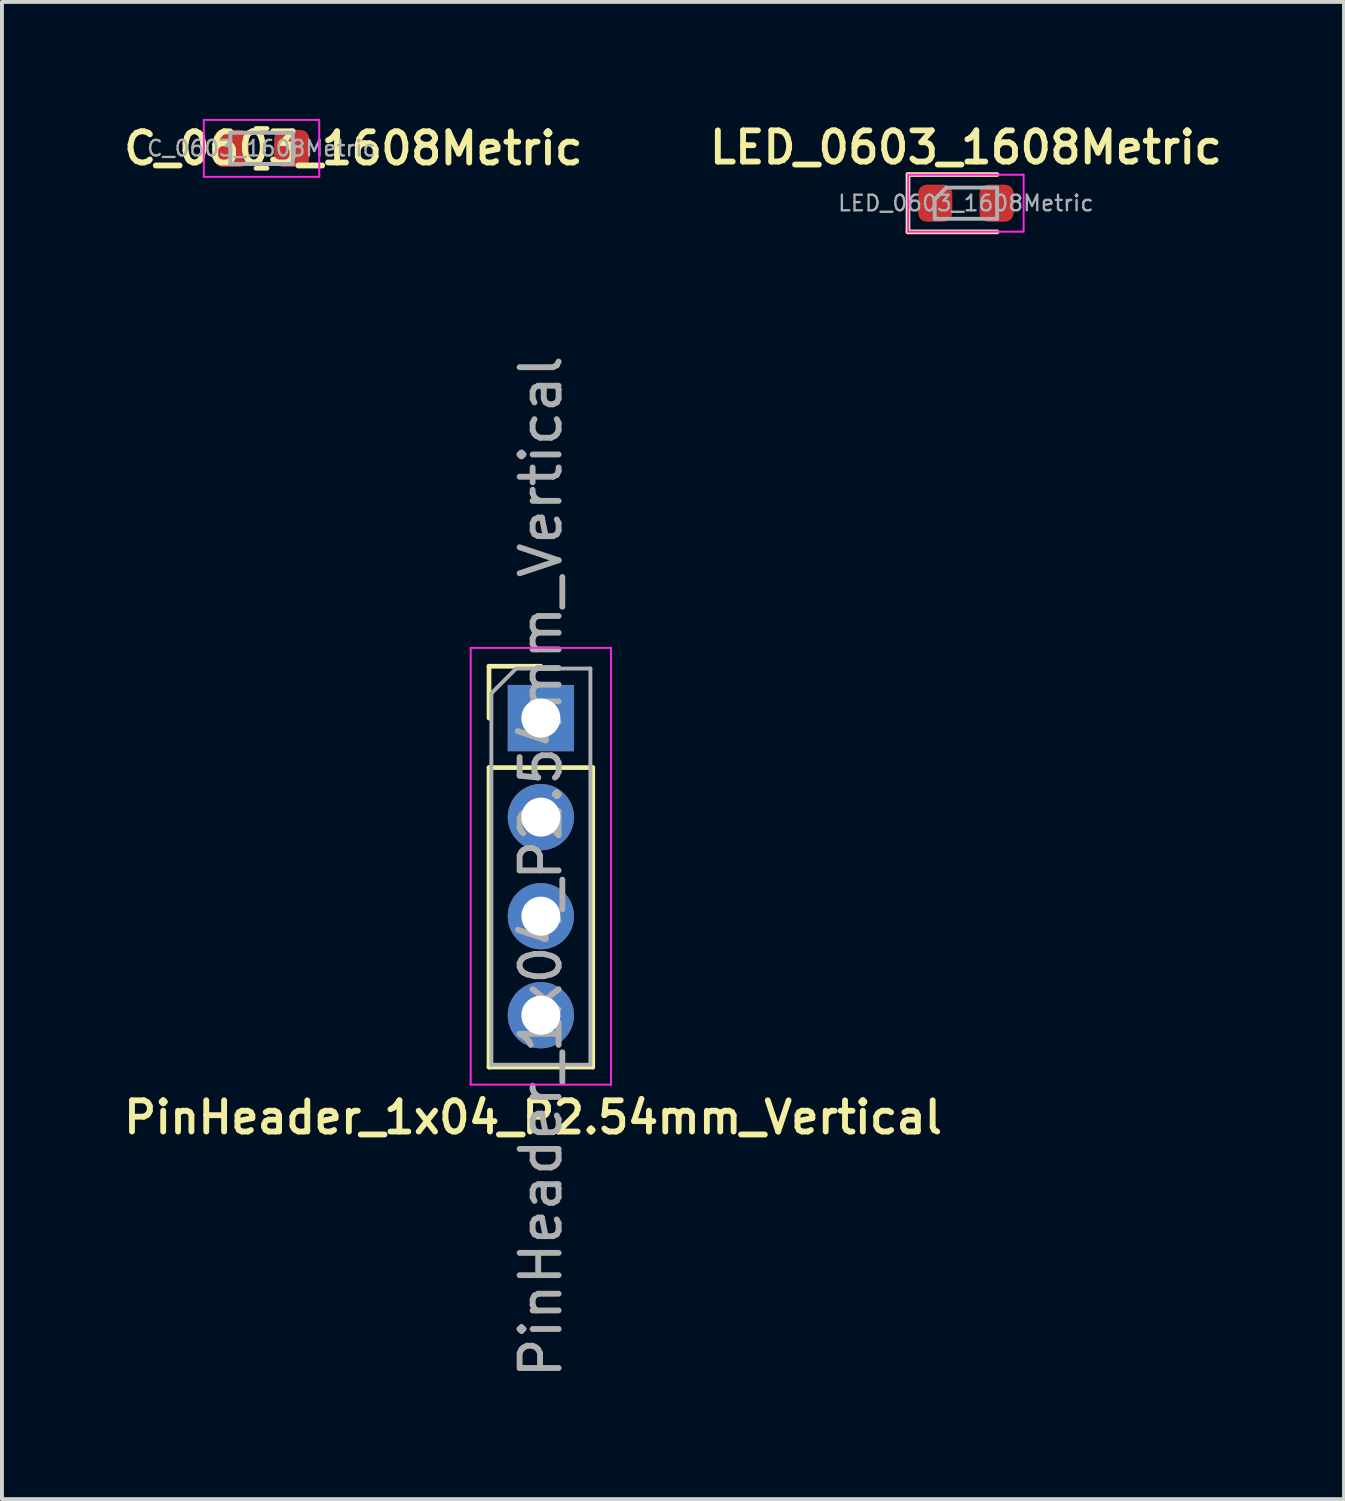
<source format=kicad_pcb>
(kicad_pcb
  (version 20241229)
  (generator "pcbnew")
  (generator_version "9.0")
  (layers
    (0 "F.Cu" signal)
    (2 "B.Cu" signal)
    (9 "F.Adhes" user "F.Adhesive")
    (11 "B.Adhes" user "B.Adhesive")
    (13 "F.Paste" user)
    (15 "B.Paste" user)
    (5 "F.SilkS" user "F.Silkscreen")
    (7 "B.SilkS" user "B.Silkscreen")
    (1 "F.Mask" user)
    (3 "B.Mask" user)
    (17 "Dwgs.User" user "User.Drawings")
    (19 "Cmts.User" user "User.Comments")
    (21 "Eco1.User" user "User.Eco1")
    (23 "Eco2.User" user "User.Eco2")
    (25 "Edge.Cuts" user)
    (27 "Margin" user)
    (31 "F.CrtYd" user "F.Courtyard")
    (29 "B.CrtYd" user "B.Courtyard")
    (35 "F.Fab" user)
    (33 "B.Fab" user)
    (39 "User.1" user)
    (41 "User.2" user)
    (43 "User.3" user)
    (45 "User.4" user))
  (footprint "PinHeader_1x04_P2.54mm_Vertical"
    (layer "F.Cu")
    (at 10.821 15.366)
    (property "Reference" "PinHeader_1x04_P2.54mm_Vertical" (at -0.2 10.24 0) (layer "F.SilkS") (effects (font (size 0.8 0.8) (thickness 0.15))))
    (attr through_hole)
    (fp_line (start -1.33 -1.33) (end 0 -1.33) (stroke (width 0.12) (type solid)) (layer "F.SilkS"))
    (fp_line (start -1.33 0) (end -1.33 -1.33) (stroke (width 0.12) (type solid)) (layer "F.SilkS"))
    (fp_line (start -1.33 1.27) (end -1.33 8.95) (stroke (width 0.12) (type solid)) (layer "F.SilkS"))
    (fp_line (start -1.33 1.27) (end 1.33 1.27) (stroke (width 0.12) (type solid)) (layer "F.SilkS"))
    (fp_line (start -1.33 8.95) (end 1.33 8.95) (stroke (width 0.12) (type solid)) (layer "F.SilkS"))
    (fp_line (start 1.33 1.27) (end 1.33 8.95) (stroke (width 0.12) (type solid)) (layer "F.SilkS"))
    (fp_line (start -1.8 -1.8) (end -1.8 9.4) (stroke (width 0.05) (type solid)) (layer "F.CrtYd"))
    (fp_line (start -1.8 9.4) (end 1.8 9.4) (stroke (width 0.05) (type solid)) (layer "F.CrtYd"))
    (fp_line (start 1.8 -1.8) (end -1.8 -1.8) (stroke (width 0.05) (type solid)) (layer "F.CrtYd"))
    (fp_line (start 1.8 9.4) (end 1.8 -1.8) (stroke (width 0.05) (type solid)) (layer "F.CrtYd"))
    (fp_line (start -1.27 -0.635) (end -0.635 -1.27) (stroke (width 0.1) (type solid)) (layer "F.Fab"))
    (fp_line (start -1.27 8.89) (end -1.27 -0.635) (stroke (width 0.1) (type solid)) (layer "F.Fab"))
    (fp_line (start -0.635 -1.27) (end 1.27 -1.27) (stroke (width 0.1) (type solid)) (layer "F.Fab"))
    (fp_line (start 1.27 -1.27) (end 1.27 8.89) (stroke (width 0.1) (type solid)) (layer "F.Fab"))
    (fp_line (start 1.27 8.89) (end -1.27 8.89) (stroke (width 0.1) (type solid)) (layer "F.Fab"))
    (fp_text user "${REFERENCE}" (at 0 3.81 90) (layer "F.Fab") (effects (font (size 1 1) (thickness 0.15))))
    (pad "1" thru_hole rect (at 0 0) (size 1.7 1.7) (drill 1) (layers "*.Cu" "*.Mask"))
    (pad "2" thru_hole oval (at 0 2.54) (size 1.7 1.7) (drill 1) (layers "*.Cu" "*.Mask"))
    (pad "3" thru_hole oval (at 0 5.08) (size 1.7 1.7) (drill 1) (layers "*.Cu" "*.Mask"))
    (pad "4" thru_hole oval (at 0 7.62) (size 1.7 1.7) (drill 1) (layers "*.Cu" "*.Mask")))
  (footprint "LED_0603_1608Metric"
    (layer "F.Cu")
    (at 21.721 2.161)
    (property "Reference" "LED_0603_1608Metric" (at 0 -1.43 180) (layer "F.SilkS") (effects (font (size 0.8 0.8) (thickness 0.15))))
    (attr smd)
    (fp_line (start -1.485 -0.735) (end -1.485 0.735) (stroke (width 0.12) (type solid)) (layer "F.SilkS"))
    (fp_line (start -1.485 0.735) (end 0.8 0.735) (stroke (width 0.12) (type solid)) (layer "F.SilkS"))
    (fp_line (start 0.8 -0.735) (end -1.485 -0.735) (stroke (width 0.12) (type solid)) (layer "F.SilkS"))
    (fp_line (start -1.48 -0.73) (end 1.48 -0.73) (stroke (width 0.05) (type solid)) (layer "F.CrtYd"))
    (fp_line (start -1.48 0.73) (end -1.48 -0.73) (stroke (width 0.05) (type solid)) (layer "F.CrtYd"))
    (fp_line (start 1.48 -0.73) (end 1.48 0.73) (stroke (width 0.05) (type solid)) (layer "F.CrtYd"))
    (fp_line (start 1.48 0.73) (end -1.48 0.73) (stroke (width 0.05) (type solid)) (layer "F.CrtYd"))
    (fp_line (start -0.8 -0.1) (end -0.8 0.4) (stroke (width 0.1) (type solid)) (layer "F.Fab"))
    (fp_line (start -0.8 0.4) (end 0.8 0.4) (stroke (width 0.1) (type solid)) (layer "F.Fab"))
    (fp_line (start -0.5 -0.4) (end -0.8 -0.1) (stroke (width 0.1) (type solid)) (layer "F.Fab"))
    (fp_line (start 0.8 -0.4) (end -0.5 -0.4) (stroke (width 0.1) (type solid)) (layer "F.Fab"))
    (fp_line (start 0.8 0.4) (end 0.8 -0.4) (stroke (width 0.1) (type solid)) (layer "F.Fab"))
    (fp_text user "${REFERENCE}" (at 0 0 180) (layer "F.Fab") (effects (font (size 0.4 0.4) (thickness 0.06))))
    (pad "1" smd roundrect (at -0.787 0) (size 0.875 0.95) (layers "F.Cu" "F.Mask" "F.Paste") (roundrect_rratio 0.25))
    (pad "2" smd roundrect (at 0.787 0) (size 0.875 0.95) (layers "F.Cu" "F.Mask" "F.Paste") (roundrect_rratio 0.25)))
  (footprint "C_0603_1608Metric"
    (layer "F.Cu")
    (at 3.657 0.755)
    (property "Reference" "C_0603_1608Metric" (at 2.355 0 180) (layer "F.SilkS") (effects (font (size 0.8 0.8) (thickness 0.15))))
    (attr smd)
    (fp_line (start -0.141 -0.51) (end 0.141 -0.51) (stroke (width 0.12) (type solid)) (layer "F.SilkS"))
    (fp_line (start -0.141 0.51) (end 0.141 0.51) (stroke (width 0.12) (type solid)) (layer "F.SilkS"))
    (fp_line (start -1.48 -0.73) (end 1.48 -0.73) (stroke (width 0.05) (type solid)) (layer "F.CrtYd"))
    (fp_line (start -1.48 0.73) (end -1.48 -0.73) (stroke (width 0.05) (type solid)) (layer "F.CrtYd"))
    (fp_line (start 1.48 -0.73) (end 1.48 0.73) (stroke (width 0.05) (type solid)) (layer "F.CrtYd"))
    (fp_line (start 1.48 0.73) (end -1.48 0.73) (stroke (width 0.05) (type solid)) (layer "F.CrtYd"))
    (fp_line (start -0.8 -0.4) (end 0.8 -0.4) (stroke (width 0.1) (type solid)) (layer "F.Fab"))
    (fp_line (start -0.8 0.4) (end -0.8 -0.4) (stroke (width 0.1) (type solid)) (layer "F.Fab"))
    (fp_line (start 0.8 -0.4) (end 0.8 0.4) (stroke (width 0.1) (type solid)) (layer "F.Fab"))
    (fp_line (start 0.8 0.4) (end -0.8 0.4) (stroke (width 0.1) (type solid)) (layer "F.Fab"))
    (fp_text user "${REFERENCE}" (at 0 0 180) (layer "F.Fab") (effects (font (size 0.4 0.4) (thickness 0.06))))
    (pad "1" smd roundrect (at -0.775 0) (size 0.9 0.95) (layers "F.Cu" "F.Mask" "F.Paste") (roundrect_rratio 0.25))
    (pad "2" smd roundrect (at 0.775 0) (size 0.9 0.95) (layers "F.Cu" "F.Mask" "F.Paste") (roundrect_rratio 0.25)))
  (gr_rect
    (start -3 -3)
    (end 31.418 35.397)
    (stroke (width 0.1) (type default))
    (fill no)
    (layer "Edge.Cuts")))
</source>
